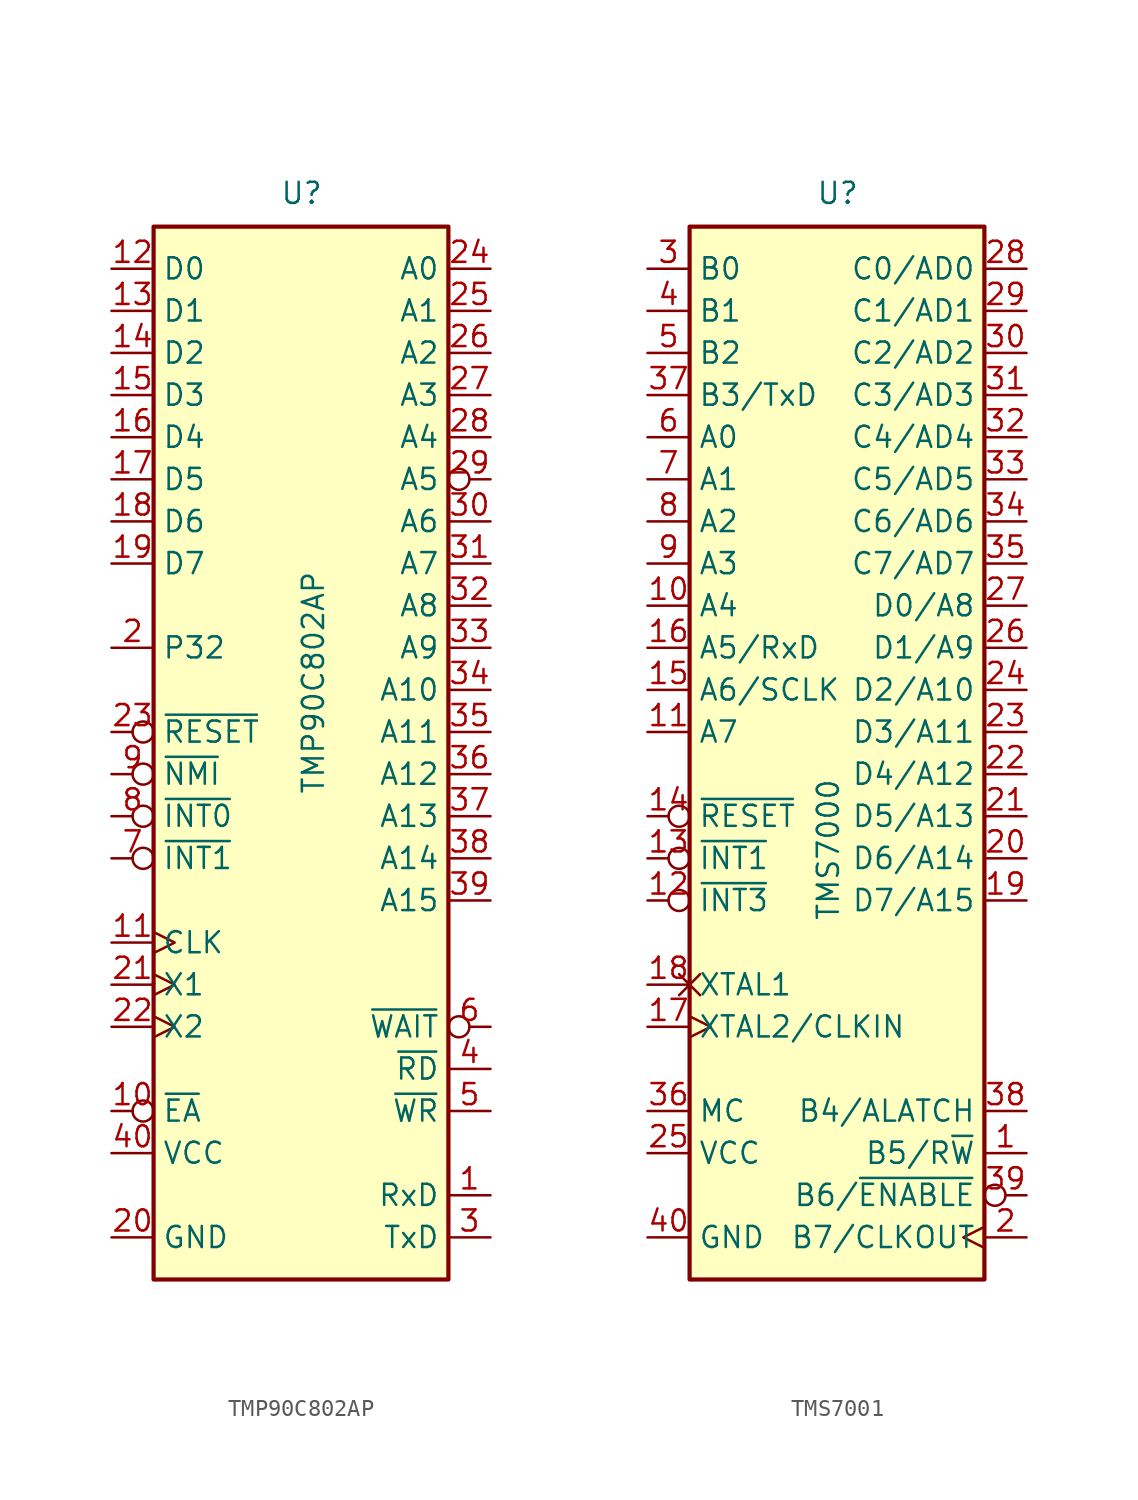
<source format=kicad_sym>
(kicad_symbol_lib
  (version 20220914)
  (generator kicad_symbol_editor)
  (symbol "TMP90C802AP"
    (property "Reference" "U"
      (at -1.27 31.75 0)
      (effects (font (size 1.27 1.27)) (justify left bottom)))
    (property "Value" "TMP90C802AP"
      (at 0 -3.81 90)
      (effects (font (size 1.27 1.27)) (justify left top)))
    (symbol "TMP90C802AP_0_1"
      (rectangle (start -8.89 -33.02) (end 8.89 30.48) (stroke (width 0.254) (type default)) (fill (type background))))
    (symbol "TMP90C802AP_1_1"
      (pin input line (at 11.43 -27.94 180) (length 2.54) (name "RxD" (effects (font (size 1.27 1.27)))) (number "1" (effects (font (size 1.27 1.27)))))
      (pin input inverted (at -11.43 -22.86 0) (length 2.54) (name "~{EA}" (effects (font (size 1.27 1.27)))) (number "10" (effects (font (size 1.27 1.27)))))
      (pin output clock (at -11.43 -12.7 0) (length 2.54) (name "CLK" (effects (font (size 1.27 1.27)))) (number "11" (effects (font (size 1.27 1.27)))))
      (pin bidirectional line (at -11.43 27.94 0) (length 2.54) (name "D0" (effects (font (size 1.27 1.27)))) (number "12" (effects (font (size 1.27 1.27)))))
      (pin bidirectional line (at -11.43 25.4 0) (length 2.54) (name "D1" (effects (font (size 1.27 1.27)))) (number "13" (effects (font (size 1.27 1.27)))))
      (pin bidirectional line (at -11.43 22.86 0) (length 2.54) (name "D2" (effects (font (size 1.27 1.27)))) (number "14" (effects (font (size 1.27 1.27)))))
      (pin bidirectional line (at -11.43 20.32 0) (length 2.54) (name "D3" (effects (font (size 1.27 1.27)))) (number "15" (effects (font (size 1.27 1.27)))))
      (pin bidirectional line (at -11.43 17.78 0) (length 2.54) (name "D4" (effects (font (size 1.27 1.27)))) (number "16" (effects (font (size 1.27 1.27)))))
      (pin bidirectional line (at -11.43 15.24 0) (length 2.54) (name "D5" (effects (font (size 1.27 1.27)))) (number "17" (effects (font (size 1.27 1.27)))))
      (pin bidirectional line (at -11.43 12.7 0) (length 2.54) (name "D6" (effects (font (size 1.27 1.27)))) (number "18" (effects (font (size 1.27 1.27)))))
      (pin bidirectional line (at -11.43 10.16 0) (length 2.54) (name "D7" (effects (font (size 1.27 1.27)))) (number "19" (effects (font (size 1.27 1.27)))))
      (pin bidirectional line (at -11.43 5.08 0) (length 2.54) (name "P32" (effects (font (size 1.27 1.27)))) (number "2" (effects (font (size 1.27 1.27)))))
      (pin power_in line (at -11.43 -30.48 0) (length 2.54) (name "GND" (effects (font (size 1.27 1.27)))) (number "20" (effects (font (size 1.27 1.27)))))
      (pin input clock (at -11.43 -15.24 0) (length 2.54) (name "X1" (effects (font (size 1.27 1.27)))) (number "21" (effects (font (size 1.27 1.27)))))
      (pin passive clock (at -11.43 -17.78 0) (length 2.54) (name "X2" (effects (font (size 1.27 1.27)))) (number "22" (effects (font (size 1.27 1.27)))))
      (pin input inverted (at -11.43 0 0) (length 2.54) (name "~{RESET}" (effects (font (size 1.27 1.27)))) (number "23" (effects (font (size 1.27 1.27)))))
      (pin output line (at 11.43 27.94 180) (length 2.54) (name "A0" (effects (font (size 1.27 1.27)))) (number "24" (effects (font (size 1.27 1.27)))))
      (pin output line (at 11.43 25.4 180) (length 2.54) (name "A1" (effects (font (size 1.27 1.27)))) (number "25" (effects (font (size 1.27 1.27)))))
      (pin output line (at 11.43 22.86 180) (length 2.54) (name "A2" (effects (font (size 1.27 1.27)))) (number "26" (effects (font (size 1.27 1.27)))))
      (pin output line (at 11.43 20.32 180) (length 2.54) (name "A3" (effects (font (size 1.27 1.27)))) (number "27" (effects (font (size 1.27 1.27)))))
      (pin output line (at 11.43 17.78 180) (length 2.54) (name "A4" (effects (font (size 1.27 1.27)))) (number "28" (effects (font (size 1.27 1.27)))))
      (pin output inverted (at 11.43 15.24 180) (length 2.54) (name "A5" (effects (font (size 1.27 1.27)))) (number "29" (effects (font (size 1.27 1.27)))))
      (pin output line (at 11.43 -30.48 180) (length 2.54) (name "TxD" (effects (font (size 1.27 1.27)))) (number "3" (effects (font (size 1.27 1.27)))))
      (pin output line (at 11.43 12.7 180) (length 2.54) (name "A6" (effects (font (size 1.27 1.27)))) (number "30" (effects (font (size 1.27 1.27)))))
      (pin output line (at 11.43 10.16 180) (length 2.54) (name "A7" (effects (font (size 1.27 1.27)))) (number "31" (effects (font (size 1.27 1.27)))))
      (pin output line (at 11.43 7.62 180) (length 2.54) (name "A8" (effects (font (size 1.27 1.27)))) (number "32" (effects (font (size 1.27 1.27)))))
      (pin output line (at 11.43 5.08 180) (length 2.54) (name "A9" (effects (font (size 1.27 1.27)))) (number "33" (effects (font (size 1.27 1.27)))))
      (pin output line (at 11.43 2.54 180) (length 2.54) (name "A10" (effects (font (size 1.27 1.27)))) (number "34" (effects (font (size 1.27 1.27)))))
      (pin output line (at 11.43 0 180) (length 2.54) (name "A11" (effects (font (size 1.27 1.27)))) (number "35" (effects (font (size 1.27 1.27)))))
      (pin output line (at 11.43 -2.54 180) (length 2.54) (name "A12" (effects (font (size 1.27 1.27)))) (number "36" (effects (font (size 1.27 1.27)))))
      (pin output line (at 11.43 -5.08 180) (length 2.54) (name "A13" (effects (font (size 1.27 1.27)))) (number "37" (effects (font (size 1.27 1.27)))))
      (pin output line (at 11.43 -7.62 180) (length 2.54) (name "A14" (effects (font (size 1.27 1.27)))) (number "38" (effects (font (size 1.27 1.27)))))
      (pin output line (at 11.43 -10.16 180) (length 2.54) (name "A15" (effects (font (size 1.27 1.27)))) (number "39" (effects (font (size 1.27 1.27)))))
      (pin output line (at 11.43 -20.32 180) (length 2.54) (name "~{RD}" (effects (font (size 1.27 1.27)))) (number "4" (effects (font (size 1.27 1.27)))))
      (pin power_in line (at -11.43 -25.4 0) (length 2.54) (name "VCC" (effects (font (size 1.27 1.27)))) (number "40" (effects (font (size 1.27 1.27)))))
      (pin output line (at 11.43 -22.86 180) (length 2.54) (name "~{WR}" (effects (font (size 1.27 1.27)))) (number "5" (effects (font (size 1.27 1.27)))))
      (pin input inverted (at 11.43 -17.78 180) (length 2.54) (name "~{WAIT}" (effects (font (size 1.27 1.27)))) (number "6" (effects (font (size 1.27 1.27)))))
      (pin input inverted (at -11.43 -7.62 0) (length 2.54) (name "~{INT1}" (effects (font (size 1.27 1.27)))) (number "7" (effects (font (size 1.27 1.27)))))
      (pin input inverted (at -11.43 -5.08 0) (length 2.54) (name "~{INT0}" (effects (font (size 1.27 1.27)))) (number "8" (effects (font (size 1.27 1.27)))))
      (pin input inverted (at -11.43 -2.54 0) (length 2.54) (name "~{NMI}" (effects (font (size 1.27 1.27)))) (number "9" (effects (font (size 1.27 1.27)))))))
  (symbol "TMS7001"
    (property "Reference" "U"
      (at -1.27 31.75 0)
      (effects (font (size 1.27 1.27)) (justify left bottom)))
    (property "Value" "TMS7000"
      (at -1.27 -11.43 90)
      (effects (font (size 1.27 1.27)) (justify left top)))
    (symbol "TMS7001_0_1"
      (rectangle (start -8.89 30.48) (end 8.89 -33.02) (stroke (width 0.254) (type default)) (fill (type background))))
    (symbol "TMS7001_1_1"
      (pin output line (at 11.43 -25.4 180) (length 2.54) (name "B5/R~{W}" (effects (font (size 1.27 1.27)))) (number "1" (effects (font (size 1.27 1.27)))))
      (pin bidirectional line (at -11.43 7.62 0) (length 2.54) (name "A4" (effects (font (size 1.27 1.27)))) (number "10" (effects (font (size 1.27 1.27)))))
      (pin input line (at -11.43 0 0) (length 2.54) (name "A7" (effects (font (size 1.27 1.27)))) (number "11" (effects (font (size 1.27 1.27)))))
      (pin input inverted (at -11.43 -10.16 0) (length 2.54) (name "~{INT3}" (effects (font (size 1.27 1.27)))) (number "12" (effects (font (size 1.27 1.27)))))
      (pin input inverted (at -11.43 -7.62 0) (length 2.54) (name "~{INT1}" (effects (font (size 1.27 1.27)))) (number "13" (effects (font (size 1.27 1.27)))))
      (pin input inverted (at -11.43 -5.08 0) (length 2.54) (name "~{RESET}" (effects (font (size 1.27 1.27)))) (number "14" (effects (font (size 1.27 1.27)))))
      (pin bidirectional line (at -11.43 2.54 0) (length 2.54) (name "A6/SCLK" (effects (font (size 1.27 1.27)))) (number "15" (effects (font (size 1.27 1.27)))))
      (pin input line (at -11.43 5.08 0) (length 2.54) (name "A5/RxD" (effects (font (size 1.27 1.27)))) (number "16" (effects (font (size 1.27 1.27)))))
      (pin input clock (at -11.43 -17.78 0) (length 2.54) (name "XTAL2/CLKIN" (effects (font (size 1.27 1.27)))) (number "17" (effects (font (size 1.27 1.27)))))
      (pin output non_logic (at -11.43 -15.24 0) (length 2.54) (name "XTAL1" (effects (font (size 1.27 1.27)))) (number "18" (effects (font (size 1.27 1.27)))))
      (pin bidirectional line (at 11.43 -10.16 180) (length 2.54) (name "D7/A15" (effects (font (size 1.27 1.27)))) (number "19" (effects (font (size 1.27 1.27)))))
      (pin output clock (at 11.43 -30.48 180) (length 2.54) (name "B7/CLKOUT" (effects (font (size 1.27 1.27)))) (number "2" (effects (font (size 1.27 1.27)))))
      (pin bidirectional line (at 11.43 -7.62 180) (length 2.54) (name "D6/A14" (effects (font (size 1.27 1.27)))) (number "20" (effects (font (size 1.27 1.27)))))
      (pin bidirectional line (at 11.43 -5.08 180) (length 2.54) (name "D5/A13" (effects (font (size 1.27 1.27)))) (number "21" (effects (font (size 1.27 1.27)))))
      (pin bidirectional line (at 11.43 -2.54 180) (length 2.54) (name "D4/A12" (effects (font (size 1.27 1.27)))) (number "22" (effects (font (size 1.27 1.27)))))
      (pin bidirectional line (at 11.43 0 180) (length 2.54) (name "D3/A11" (effects (font (size 1.27 1.27)))) (number "23" (effects (font (size 1.27 1.27)))))
      (pin bidirectional line (at 11.43 2.54 180) (length 2.54) (name "D2/A10" (effects (font (size 1.27 1.27)))) (number "24" (effects (font (size 1.27 1.27)))))
      (pin power_in line (at -11.43 -25.4 0) (length 2.54) (name "VCC" (effects (font (size 1.27 1.27)))) (number "25" (effects (font (size 1.27 1.27)))))
      (pin bidirectional line (at 11.43 5.08 180) (length 2.54) (name "D1/A9" (effects (font (size 1.27 1.27)))) (number "26" (effects (font (size 1.27 1.27)))))
      (pin bidirectional line (at 11.43 7.62 180) (length 2.54) (name "D0/A8" (effects (font (size 1.27 1.27)))) (number "27" (effects (font (size 1.27 1.27)))))
      (pin bidirectional line (at 11.43 27.94 180) (length 2.54) (name "C0/AD0" (effects (font (size 1.27 1.27)))) (number "28" (effects (font (size 1.27 1.27)))))
      (pin bidirectional line (at 11.43 25.4 180) (length 2.54) (name "C1/AD1" (effects (font (size 1.27 1.27)))) (number "29" (effects (font (size 1.27 1.27)))))
      (pin output line (at -11.43 27.94 0) (length 2.54) (name "B0" (effects (font (size 1.27 1.27)))) (number "3" (effects (font (size 1.27 1.27)))))
      (pin bidirectional line (at 11.43 22.86 180) (length 2.54) (name "C2/AD2" (effects (font (size 1.27 1.27)))) (number "30" (effects (font (size 1.27 1.27)))))
      (pin bidirectional line (at 11.43 20.32 180) (length 2.54) (name "C3/AD3" (effects (font (size 1.27 1.27)))) (number "31" (effects (font (size 1.27 1.27)))))
      (pin bidirectional line (at 11.43 17.78 180) (length 2.54) (name "C4/AD4" (effects (font (size 1.27 1.27)))) (number "32" (effects (font (size 1.27 1.27)))))
      (pin bidirectional line (at 11.43 15.24 180) (length 2.54) (name "C5/AD5" (effects (font (size 1.27 1.27)))) (number "33" (effects (font (size 1.27 1.27)))))
      (pin bidirectional line (at 11.43 12.7 180) (length 2.54) (name "C6/AD6" (effects (font (size 1.27 1.27)))) (number "34" (effects (font (size 1.27 1.27)))))
      (pin bidirectional line (at 11.43 10.16 180) (length 2.54) (name "C7/AD7" (effects (font (size 1.27 1.27)))) (number "35" (effects (font (size 1.27 1.27)))))
      (pin input line (at -11.43 -22.86 0) (length 2.54) (name "MC" (effects (font (size 1.27 1.27)))) (number "36" (effects (font (size 1.27 1.27)))))
      (pin output line (at -11.43 20.32 0) (length 2.54) (name "B3/TxD" (effects (font (size 1.27 1.27)))) (number "37" (effects (font (size 1.27 1.27)))))
      (pin output line (at 11.43 -22.86 180) (length 2.54) (name "B4/ALATCH" (effects (font (size 1.27 1.27)))) (number "38" (effects (font (size 1.27 1.27)))))
      (pin output inverted (at 11.43 -27.94 180) (length 2.54) (name "B6/~{ENABLE}" (effects (font (size 1.27 1.27)))) (number "39" (effects (font (size 1.27 1.27)))))
      (pin output line (at -11.43 25.4 0) (length 2.54) (name "B1" (effects (font (size 1.27 1.27)))) (number "4" (effects (font (size 1.27 1.27)))))
      (pin power_in line (at -11.43 -30.48 0) (length 2.54) (name "GND" (effects (font (size 1.27 1.27)))) (number "40" (effects (font (size 1.27 1.27)))))
      (pin output line (at -11.43 22.86 0) (length 2.54) (name "B2" (effects (font (size 1.27 1.27)))) (number "5" (effects (font (size 1.27 1.27)))))
      (pin bidirectional line (at -11.43 17.78 0) (length 2.54) (name "A0" (effects (font (size 1.27 1.27)))) (number "6" (effects (font (size 1.27 1.27)))))
      (pin bidirectional line (at -11.43 15.24 0) (length 2.54) (name "A1" (effects (font (size 1.27 1.27)))) (number "7" (effects (font (size 1.27 1.27)))))
      (pin bidirectional line (at -11.43 12.7 0) (length 2.54) (name "A2" (effects (font (size 1.27 1.27)))) (number "8" (effects (font (size 1.27 1.27)))))
      (pin bidirectional line (at -11.43 10.16 0) (length 2.54) (name "A3" (effects (font (size 1.27 1.27)))) (number "9" (effects (font (size 1.27 1.27))))))))
</source>
